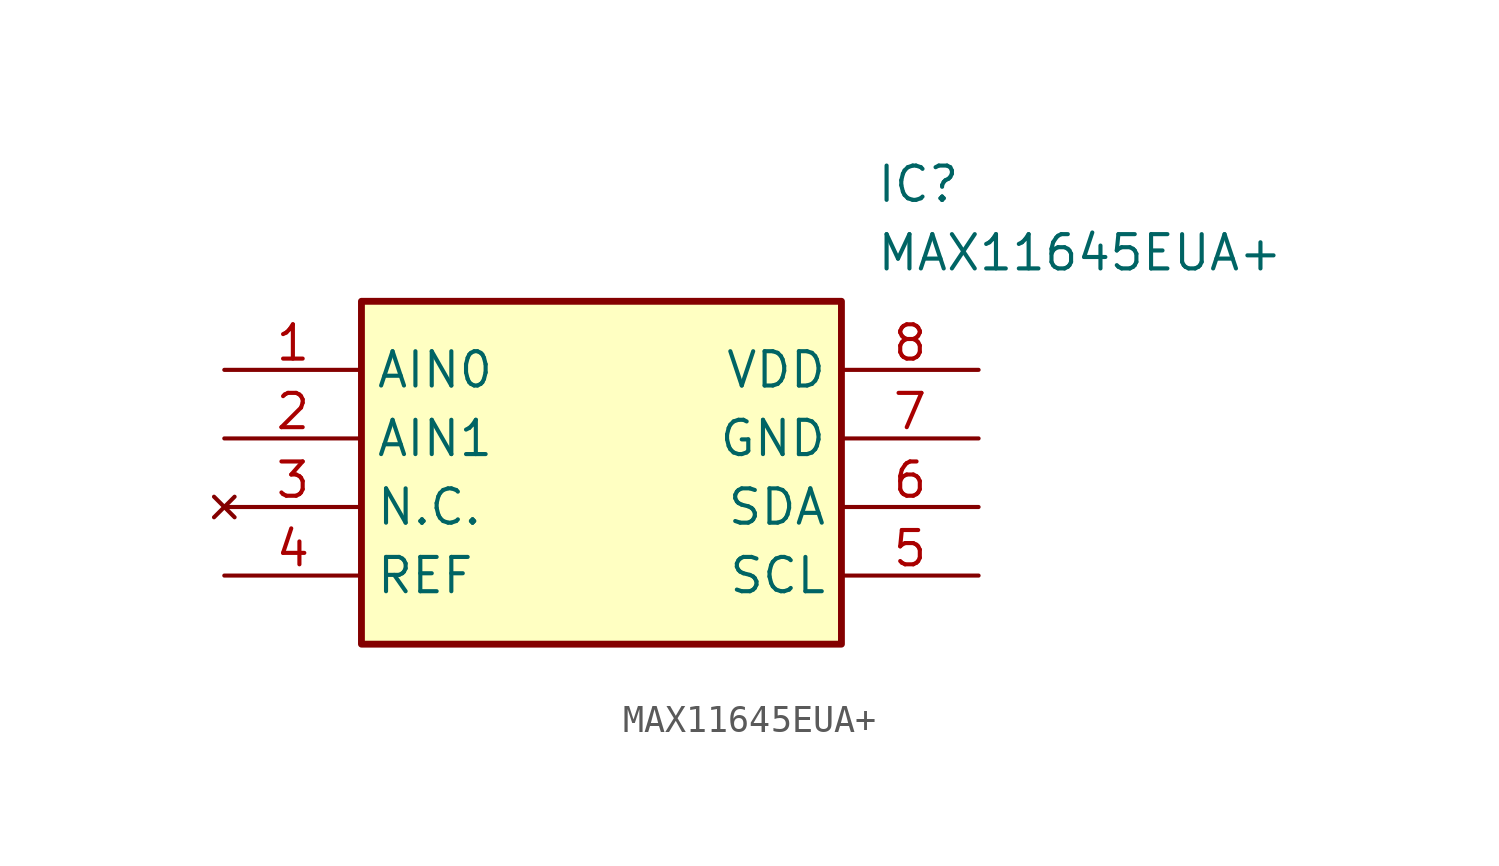
<source format=kicad_sym>
(kicad_symbol_lib
  (version 20211014)
  (generator SamacSys_ECAD_Model)
  (symbol "MAX11645EUA+"
    (property "Reference" "IC"
      (at 24.13 7.62 0)
      (effects (font (size 1.27 1.27)) (justify left top)))
    (property "Value" "MAX11645EUA+"
      (at 24.13 5.08 0)
      (effects (font (size 1.27 1.27)) (justify left top)))
    (rectangle
      (start 5.08 2.54)
      (end 22.86 -10.16)
      (stroke (width 0.254) (type default))
      (fill (type background)))
    (pin passive line
      (at 0 0 0)
      (length 5.08)
      (name "AIN0" (effects (font (size 1.27 1.27))))
      (number "1" (effects (font (size 1.27 1.27)))))
    (pin passive line
      (at 0 -2.54 0)
      (length 5.08)
      (name "AIN1" (effects (font (size 1.27 1.27))))
      (number "2" (effects (font (size 1.27 1.27)))))
    (pin no_connect line
      (at 0 -5.08 0)
      (length 5.08)
      (name "N.C." (effects (font (size 1.27 1.27))))
      (number "3" (effects (font (size 1.27 1.27)))))
    (pin passive line
      (at 0 -7.62 0)
      (length 5.08)
      (name "REF" (effects (font (size 1.27 1.27))))
      (number "4" (effects (font (size 1.27 1.27)))))
    (pin passive line
      (at 27.94 0 180)
      (length 5.08)
      (name "VDD" (effects (font (size 1.27 1.27))))
      (number "8" (effects (font (size 1.27 1.27)))))
    (pin passive line
      (at 27.94 -2.54 180)
      (length 5.08)
      (name "GND" (effects (font (size 1.27 1.27))))
      (number "7" (effects (font (size 1.27 1.27)))))
    (pin passive line
      (at 27.94 -5.08 180)
      (length 5.08)
      (name "SDA" (effects (font (size 1.27 1.27))))
      (number "6" (effects (font (size 1.27 1.27)))))
    (pin passive line
      (at 27.94 -7.62 180)
      (length 5.08)
      (name "SCL" (effects (font (size 1.27 1.27))))
      (number "5" (effects (font (size 1.27 1.27)))))))
</source>
